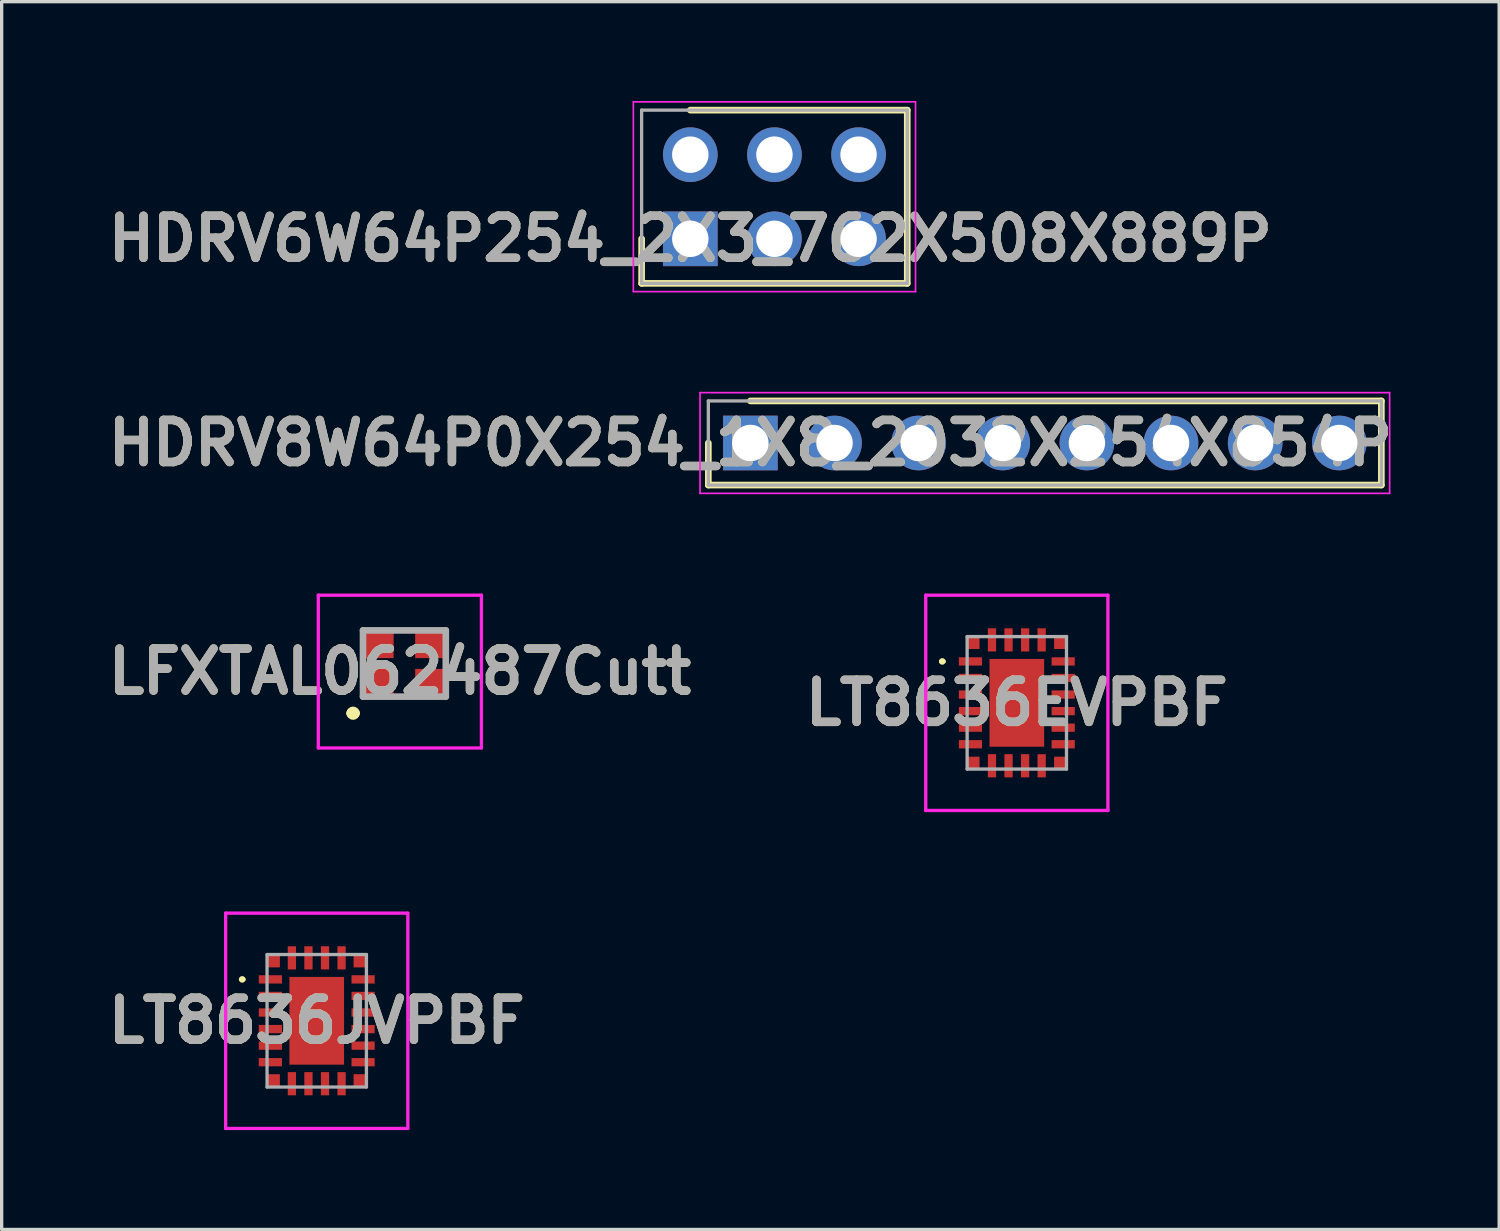
<source format=kicad_pcb>
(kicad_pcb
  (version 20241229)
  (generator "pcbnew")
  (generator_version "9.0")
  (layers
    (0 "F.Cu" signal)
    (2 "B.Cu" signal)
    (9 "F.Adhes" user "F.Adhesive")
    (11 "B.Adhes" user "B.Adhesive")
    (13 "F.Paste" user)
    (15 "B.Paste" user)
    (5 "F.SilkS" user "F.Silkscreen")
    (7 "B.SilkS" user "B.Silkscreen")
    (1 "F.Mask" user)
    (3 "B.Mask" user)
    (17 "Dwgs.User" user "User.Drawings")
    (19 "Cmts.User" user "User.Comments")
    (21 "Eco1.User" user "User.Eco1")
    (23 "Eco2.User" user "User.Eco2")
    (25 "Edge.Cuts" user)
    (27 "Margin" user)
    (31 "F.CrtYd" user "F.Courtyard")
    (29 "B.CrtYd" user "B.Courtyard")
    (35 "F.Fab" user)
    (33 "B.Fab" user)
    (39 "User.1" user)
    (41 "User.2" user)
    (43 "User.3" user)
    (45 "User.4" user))
  (footprint "HDRV8W64P0X254_1X8_2032X254X854P"
    (layer "F.Cu")
    (at 19.606 10.325)
    (property "Reference" "HDRV8W64P0X254_1X8_2032X254X854P" (at 0 0 0) (layer "F.SilkS") (effects (font (size 1.27 1.27) (thickness 0.254))))
    (attr through_hole)
    (fp_line (start -1.27 0) (end -1.27 1.27) (stroke (width 0.2) (type solid)) (layer "F.SilkS"))
    (fp_line (start -1.27 1.27) (end 19.05 1.27) (stroke (width 0.2) (type solid)) (layer "F.SilkS"))
    (fp_line (start 19.05 -1.27) (end 0 -1.27) (stroke (width 0.2) (type solid)) (layer "F.SilkS"))
    (fp_line (start 19.05 1.27) (end 19.05 -1.27) (stroke (width 0.2) (type solid)) (layer "F.SilkS"))
    (fp_line (start -1.52 -1.52) (end 19.3 -1.52) (stroke (width 0.05) (type solid)) (layer "F.CrtYd"))
    (fp_line (start -1.52 1.52) (end -1.52 -1.52) (stroke (width 0.05) (type solid)) (layer "F.CrtYd"))
    (fp_line (start 19.3 -1.52) (end 19.3 1.52) (stroke (width 0.05) (type solid)) (layer "F.CrtYd"))
    (fp_line (start 19.3 1.52) (end -1.52 1.52) (stroke (width 0.05) (type solid)) (layer "F.CrtYd"))
    (fp_line (start -1.27 -1.27) (end 19.05 -1.27) (stroke (width 0.1) (type solid)) (layer "F.Fab"))
    (fp_line (start -1.27 1.27) (end -1.27 -1.27) (stroke (width 0.1) (type solid)) (layer "F.Fab"))
    (fp_line (start 19.05 -1.27) (end 19.05 1.27) (stroke (width 0.1) (type solid)) (layer "F.Fab"))
    (fp_line (start 19.05 1.27) (end -1.27 1.27) (stroke (width 0.1) (type solid)) (layer "F.Fab"))
    (fp_text user "${REFERENCE}" (at 0 0 0) (layer "F.Fab") (effects (font (size 1.27 1.27) (thickness 0.254))))
    (pad "1" thru_hole rect (at 0 0) (size 1.65 1.65) (drill 1.1) (layers "*.Cu" "*.Mask"))
    (pad "2" thru_hole circle (at 2.54 0) (size 1.65 1.65) (drill 1.1) (layers "*.Cu" "*.Mask"))
    (pad "3" thru_hole circle (at 5.08 0) (size 1.65 1.65) (drill 1.1) (layers "*.Cu" "*.Mask"))
    (pad "4" thru_hole circle (at 7.62 0) (size 1.65 1.65) (drill 1.1) (layers "*.Cu" "*.Mask"))
    (pad "5" thru_hole circle (at 10.16 0) (size 1.65 1.65) (drill 1.1) (layers "*.Cu" "*.Mask"))
    (pad "6" thru_hole circle (at 12.7 0) (size 1.65 1.65) (drill 1.1) (layers "*.Cu" "*.Mask"))
    (pad "7" thru_hole circle (at 15.24 0) (size 1.65 1.65) (drill 1.1) (layers "*.Cu" "*.Mask"))
    (pad "8" thru_hole circle (at 17.78 0) (size 1.65 1.65) (drill 1.1) (layers "*.Cu" "*.Mask")))
  (footprint "LT8636JVPBF"
    (layer "F.Cu")
    (at 6.513 27.77)
    (property "Reference" "LT8636JVPBF" (at 0 0 0) (layer "F.SilkS") (effects (font (size 1.27 1.27) (thickness 0.254))))
    (attr smd)
    (fp_line (start -2.3 -1.25) (end -2.3 -1.25) (stroke (width 0.1) (type solid)) (layer "F.SilkS"))
    (fp_line (start -2.2 -1.25) (end -2.2 -1.25) (stroke (width 0.1) (type solid)) (layer "F.SilkS"))
    (fp_arc (start -2.3 -1.25) (mid -2.25 -1.3) (end -2.2 -1.25) (stroke (width 0.1) (type solid)) (layer "F.SilkS"))
    (fp_arc (start -2.2 -1.25) (mid -2.25 -1.2) (end -2.3 -1.25) (stroke (width 0.1) (type solid)) (layer "F.SilkS"))
    (fp_line (start -2.75 -3.25) (end 2.75 -3.25) (stroke (width 0.1) (type solid)) (layer "F.CrtYd"))
    (fp_line (start -2.75 3.25) (end -2.75 -3.25) (stroke (width 0.1) (type solid)) (layer "F.CrtYd"))
    (fp_line (start 2.75 -3.25) (end 2.75 3.25) (stroke (width 0.1) (type solid)) (layer "F.CrtYd"))
    (fp_line (start 2.75 3.25) (end -2.75 3.25) (stroke (width 0.1) (type solid)) (layer "F.CrtYd"))
    (fp_line (start -1.5 -2) (end -1.5 2) (stroke (width 0.1) (type solid)) (layer "F.Fab"))
    (fp_line (start -1.5 2) (end 1.5 2) (stroke (width 0.1) (type solid)) (layer "F.Fab"))
    (fp_line (start 1.5 -2) (end -1.5 -2) (stroke (width 0.1) (type solid)) (layer "F.Fab"))
    (fp_line (start 1.5 2) (end 1.5 -2) (stroke (width 0.1) (type solid)) (layer "F.Fab"))
    (fp_text user "${REFERENCE}" (at 0 0 0) (layer "F.Fab") (effects (font (size 1.27 1.27) (thickness 0.254))))
    (pad "1" smd rect (at -1.4 -1.25 90) (size 0.25 0.7) (layers "F.Cu" "F.Mask" "F.Paste"))
    (pad "2" smd rect (at -1.4 -0.75 90) (size 0.25 0.7) (layers "F.Cu" "F.Mask" "F.Paste"))
    (pad "3" smd rect (at -1.4 -0.25 90) (size 0.25 0.7) (layers "F.Cu" "F.Mask" "F.Paste"))
    (pad "4" smd rect (at -1.4 0.25 90) (size 0.25 0.7) (layers "F.Cu" "F.Mask" "F.Paste"))
    (pad "5" smd rect (at -1.4 0.75 90) (size 0.25 0.7) (layers "F.Cu" "F.Mask" "F.Paste"))
    (pad "6" smd rect (at -1.4 1.25 90) (size 0.25 0.7) (layers "F.Cu" "F.Mask" "F.Paste"))
    (pad "7" smd rect (at -0.75 1.9) (size 0.25 0.7) (layers "F.Cu" "F.Mask" "F.Paste"))
    (pad "8" smd rect (at -0.25 1.9) (size 0.25 0.7) (layers "F.Cu" "F.Mask" "F.Paste"))
    (pad "9" smd rect (at 0.25 1.9) (size 0.25 0.7) (layers "F.Cu" "F.Mask" "F.Paste"))
    (pad "10" smd rect (at 0.75 1.9) (size 0.25 0.7) (layers "F.Cu" "F.Mask" "F.Paste"))
    (pad "11" smd rect (at 1.4 1.25 90) (size 0.25 0.7) (layers "F.Cu" "F.Mask" "F.Paste"))
    (pad "12" smd rect (at 1.4 0.75 90) (size 0.25 0.7) (layers "F.Cu" "F.Mask" "F.Paste"))
    (pad "13" smd rect (at 1.4 0.25 90) (size 0.25 0.7) (layers "F.Cu" "F.Mask" "F.Paste"))
    (pad "14" smd rect (at 1.4 -0.25 90) (size 0.25 0.7) (layers "F.Cu" "F.Mask" "F.Paste"))
    (pad "15" smd rect (at 1.4 -0.75 90) (size 0.25 0.7) (layers "F.Cu" "F.Mask" "F.Paste"))
    (pad "16" smd rect (at 1.4 -1.25 90) (size 0.25 0.7) (layers "F.Cu" "F.Mask" "F.Paste"))
    (pad "17" smd rect (at 0.75 -1.9) (size 0.25 0.7) (layers "F.Cu" "F.Mask" "F.Paste"))
    (pad "18" smd rect (at 0.25 -1.9) (size 0.25 0.7) (layers "F.Cu" "F.Mask" "F.Paste"))
    (pad "19" smd rect (at -0.25 -1.9) (size 0.25 0.7) (layers "F.Cu" "F.Mask" "F.Paste"))
    (pad "20" smd rect (at -0.75 -1.9) (size 0.25 0.7) (layers "F.Cu" "F.Mask" "F.Paste"))
    (pad "21" smd rect (at 0 0) (size 1.65 2.65) (layers "F.Cu" "F.Mask" "F.Paste"))
    (pad "22" smd rect (at -1.3 -1.8 90) (size 0.375 0.375) (layers "F.Cu" "F.Mask" "F.Paste"))
    (pad "23" smd rect (at -1.3 1.8 90) (size 0.375 0.375) (layers "F.Cu" "F.Mask" "F.Paste"))
    (pad "24" smd rect (at 1.3 1.8 90) (size 0.375 0.375) (layers "F.Cu" "F.Mask" "F.Paste"))
    (pad "25" smd rect (at 1.3 -1.8 90) (size 0.375 0.375) (layers "F.Cu" "F.Mask" "F.Paste")))
  (footprint "LT8636EVPBF"
    (layer "F.Cu")
    (at 27.65 18.17)
    (property "Reference" "LT8636EVPBF" (at 0 0 0) (layer "F.SilkS") (effects (font (size 1.27 1.27) (thickness 0.254))))
    (attr smd)
    (fp_line (start -2.3 -1.25) (end -2.3 -1.25) (stroke (width 0.1) (type solid)) (layer "F.SilkS"))
    (fp_line (start -2.2 -1.25) (end -2.2 -1.25) (stroke (width 0.1) (type solid)) (layer "F.SilkS"))
    (fp_arc (start -2.3 -1.25) (mid -2.25 -1.3) (end -2.2 -1.25) (stroke (width 0.1) (type solid)) (layer "F.SilkS"))
    (fp_arc (start -2.2 -1.25) (mid -2.25 -1.2) (end -2.3 -1.25) (stroke (width 0.1) (type solid)) (layer "F.SilkS"))
    (fp_line (start -2.75 -3.25) (end 2.75 -3.25) (stroke (width 0.1) (type solid)) (layer "F.CrtYd"))
    (fp_line (start -2.75 3.25) (end -2.75 -3.25) (stroke (width 0.1) (type solid)) (layer "F.CrtYd"))
    (fp_line (start 2.75 -3.25) (end 2.75 3.25) (stroke (width 0.1) (type solid)) (layer "F.CrtYd"))
    (fp_line (start 2.75 3.25) (end -2.75 3.25) (stroke (width 0.1) (type solid)) (layer "F.CrtYd"))
    (fp_line (start -1.5 -2) (end -1.5 2) (stroke (width 0.1) (type solid)) (layer "F.Fab"))
    (fp_line (start -1.5 2) (end 1.5 2) (stroke (width 0.1) (type solid)) (layer "F.Fab"))
    (fp_line (start 1.5 -2) (end -1.5 -2) (stroke (width 0.1) (type solid)) (layer "F.Fab"))
    (fp_line (start 1.5 2) (end 1.5 -2) (stroke (width 0.1) (type solid)) (layer "F.Fab"))
    (fp_text user "${REFERENCE}" (at 0 0 0) (layer "F.Fab") (effects (font (size 1.27 1.27) (thickness 0.254))))
    (pad "1" smd rect (at -1.4 -1.25 90) (size 0.25 0.7) (layers "F.Cu" "F.Mask" "F.Paste"))
    (pad "2" smd rect (at -1.4 -0.75 90) (size 0.25 0.7) (layers "F.Cu" "F.Mask" "F.Paste"))
    (pad "3" smd rect (at -1.4 -0.25 90) (size 0.25 0.7) (layers "F.Cu" "F.Mask" "F.Paste"))
    (pad "4" smd rect (at -1.4 0.25 90) (size 0.25 0.7) (layers "F.Cu" "F.Mask" "F.Paste"))
    (pad "5" smd rect (at -1.4 0.75 90) (size 0.25 0.7) (layers "F.Cu" "F.Mask" "F.Paste"))
    (pad "6" smd rect (at -1.4 1.25 90) (size 0.25 0.7) (layers "F.Cu" "F.Mask" "F.Paste"))
    (pad "7" smd rect (at -0.75 1.9) (size 0.25 0.7) (layers "F.Cu" "F.Mask" "F.Paste"))
    (pad "8" smd rect (at -0.25 1.9) (size 0.25 0.7) (layers "F.Cu" "F.Mask" "F.Paste"))
    (pad "9" smd rect (at 0.25 1.9) (size 0.25 0.7) (layers "F.Cu" "F.Mask" "F.Paste"))
    (pad "10" smd rect (at 0.75 1.9) (size 0.25 0.7) (layers "F.Cu" "F.Mask" "F.Paste"))
    (pad "11" smd rect (at 1.4 1.25 90) (size 0.25 0.7) (layers "F.Cu" "F.Mask" "F.Paste"))
    (pad "12" smd rect (at 1.4 0.75 90) (size 0.25 0.7) (layers "F.Cu" "F.Mask" "F.Paste"))
    (pad "13" smd rect (at 1.4 0.25 90) (size 0.25 0.7) (layers "F.Cu" "F.Mask" "F.Paste"))
    (pad "14" smd rect (at 1.4 -0.25 90) (size 0.25 0.7) (layers "F.Cu" "F.Mask" "F.Paste"))
    (pad "15" smd rect (at 1.4 -0.75 90) (size 0.25 0.7) (layers "F.Cu" "F.Mask" "F.Paste"))
    (pad "16" smd rect (at 1.4 -1.25 90) (size 0.25 0.7) (layers "F.Cu" "F.Mask" "F.Paste"))
    (pad "17" smd rect (at 0.75 -1.9) (size 0.25 0.7) (layers "F.Cu" "F.Mask" "F.Paste"))
    (pad "18" smd rect (at 0.25 -1.9) (size 0.25 0.7) (layers "F.Cu" "F.Mask" "F.Paste"))
    (pad "19" smd rect (at -0.25 -1.9) (size 0.25 0.7) (layers "F.Cu" "F.Mask" "F.Paste"))
    (pad "20" smd rect (at -0.75 -1.9) (size 0.25 0.7) (layers "F.Cu" "F.Mask" "F.Paste"))
    (pad "21" smd rect (at 0 0) (size 1.65 2.65) (layers "F.Cu" "F.Mask" "F.Paste"))
    (pad "22" smd rect (at -1.313 -1.813) (size 0.375 0.375) (layers "F.Cu" "F.Mask" "F.Paste"))
    (pad "23" smd rect (at -1.313 1.813) (size 0.375 0.375) (layers "F.Cu" "F.Mask" "F.Paste"))
    (pad "24" smd rect (at 1.313 1.813) (size 0.375 0.375) (layers "F.Cu" "F.Mask" "F.Paste"))
    (pad "25" smd rect (at 1.313 -1.813) (size 0.375 0.375) (layers "F.Cu" "F.Mask" "F.Paste")))
  (footprint "LFXTAL062487Cutt"
    (layer "F.Cu")
    (at 9.16 16.983)
    (property "Reference" "LFXTAL062487Cutt" (at -0.137 0.243 0) (layer "F.SilkS") (effects (font (size 1.27 1.27) (thickness 0.254))))
    (attr smd)
    (fp_line (start -1.6 1.5) (end -1.6 1.5) (stroke (width 0.3) (type solid)) (layer "F.SilkS"))
    (fp_line (start -1.5 1.5) (end -1.5 1.5) (stroke (width 0.3) (type solid)) (layer "F.SilkS"))
    (fp_arc (start -1.6 1.5) (mid -1.55 1.45) (end -1.5 1.5) (stroke (width 0.3) (type solid)) (layer "F.SilkS"))
    (fp_arc (start -1.5 1.5) (mid -1.55 1.55) (end -1.6 1.5) (stroke (width 0.3) (type solid)) (layer "F.SilkS"))
    (fp_line (start -2.6 -2.063) (end -2.6 2.55) (stroke (width 0.1) (type solid)) (layer "F.CrtYd"))
    (fp_line (start -2.6 2.55) (end 2.325 2.55) (stroke (width 0.1) (type solid)) (layer "F.CrtYd"))
    (fp_line (start 2.325 -2.063) (end -2.6 -2.063) (stroke (width 0.1) (type solid)) (layer "F.CrtYd"))
    (fp_line (start 2.325 2.55) (end 2.325 -2.063) (stroke (width 0.1) (type solid)) (layer "F.CrtYd"))
    (fp_line (start -1.25 -1) (end -1.25 1) (stroke (width 0.2) (type solid)) (layer "F.Fab"))
    (fp_line (start -1.25 1) (end 1.25 1) (stroke (width 0.2) (type solid)) (layer "F.Fab"))
    (fp_line (start 1.25 -1) (end -1.25 -1) (stroke (width 0.2) (type solid)) (layer "F.Fab"))
    (fp_line (start 1.25 1) (end 1.25 -1) (stroke (width 0.2) (type solid)) (layer "F.Fab"))
    (fp_text user "${REFERENCE}" (at -0.137 0.243 0) (layer "F.Fab") (effects (font (size 1.27 1.27) (thickness 0.254))))
    (pad "1" smd rect (at -0.825 0.612 90) (size 0.9 1) (layers "F.Cu" "F.Mask" "F.Paste"))
    (pad "2" smd rect (at 0.825 0.612 90) (size 0.9 1) (layers "F.Cu" "F.Mask" "F.Paste"))
    (pad "3" smd rect (at 0.825 -0.613 90) (size 0.9 1) (layers "F.Cu" "F.Mask" "F.Paste"))
    (pad "4" smd rect (at -0.825 -0.613 90) (size 0.9 1) (layers "F.Cu" "F.Mask" "F.Paste")))
  (footprint "HDRV6W64P254_2X3_762X508X889P"
    (layer "F.Cu")
    (at 17.792 4.16)
    (property "Reference" "HDRV6W64P254_2X3_762X508X889P" (at 0 0 0) (layer "F.SilkS") (effects (font (size 1.27 1.27) (thickness 0.254))))
    (attr through_hole)
    (fp_line (start -1.47 0) (end -1.47 1.345) (stroke (width 0.2) (type solid)) (layer "F.SilkS"))
    (fp_line (start -1.47 1.345) (end 6.55 1.345) (stroke (width 0.2) (type solid)) (layer "F.SilkS"))
    (fp_line (start 6.55 -3.885) (end 0 -3.885) (stroke (width 0.2) (type solid)) (layer "F.SilkS"))
    (fp_line (start 6.55 1.345) (end 6.55 -3.885) (stroke (width 0.2) (type solid)) (layer "F.SilkS"))
    (fp_line (start -1.72 -4.135) (end 6.8 -4.135) (stroke (width 0.05) (type solid)) (layer "F.CrtYd"))
    (fp_line (start -1.72 1.595) (end -1.72 -4.135) (stroke (width 0.05) (type solid)) (layer "F.CrtYd"))
    (fp_line (start 6.8 -4.135) (end 6.8 1.595) (stroke (width 0.05) (type solid)) (layer "F.CrtYd"))
    (fp_line (start 6.8 1.595) (end -1.72 1.595) (stroke (width 0.05) (type solid)) (layer "F.CrtYd"))
    (fp_line (start -1.47 -3.885) (end 6.55 -3.885) (stroke (width 0.1) (type solid)) (layer "F.Fab"))
    (fp_line (start -1.47 1.345) (end -1.47 -3.885) (stroke (width 0.1) (type solid)) (layer "F.Fab"))
    (fp_line (start 6.55 -3.885) (end 6.55 1.345) (stroke (width 0.1) (type solid)) (layer "F.Fab"))
    (fp_line (start 6.55 1.345) (end -1.47 1.345) (stroke (width 0.1) (type solid)) (layer "F.Fab"))
    (fp_text user "${REFERENCE}" (at 0 0 0) (layer "F.Fab") (effects (font (size 1.27 1.27) (thickness 0.254))))
    (pad "1" thru_hole rect (at 0 0) (size 1.65 1.65) (drill 1.1) (layers "*.Cu" "*.Mask"))
    (pad "2" thru_hole circle (at 0 -2.54) (size 1.65 1.65) (drill 1.1) (layers "*.Cu" "*.Mask"))
    (pad "3" thru_hole circle (at 2.54 0) (size 1.65 1.65) (drill 1.1) (layers "*.Cu" "*.Mask"))
    (pad "4" thru_hole circle (at 2.54 -2.54) (size 1.65 1.65) (drill 1.1) (layers "*.Cu" "*.Mask"))
    (pad "5" thru_hole circle (at 5.08 0) (size 1.65 1.65) (drill 1.1) (layers "*.Cu" "*.Mask"))
    (pad "6" thru_hole circle (at 5.08 -2.54) (size 1.65 1.65) (drill 1.1) (layers "*.Cu" "*.Mask")))
  (gr_rect
    (start -3 -3)
    (end 42.213 34.07)
    (stroke (width 0.1) (type default))
    (fill no)
    (layer "Edge.Cuts")))
</source>
